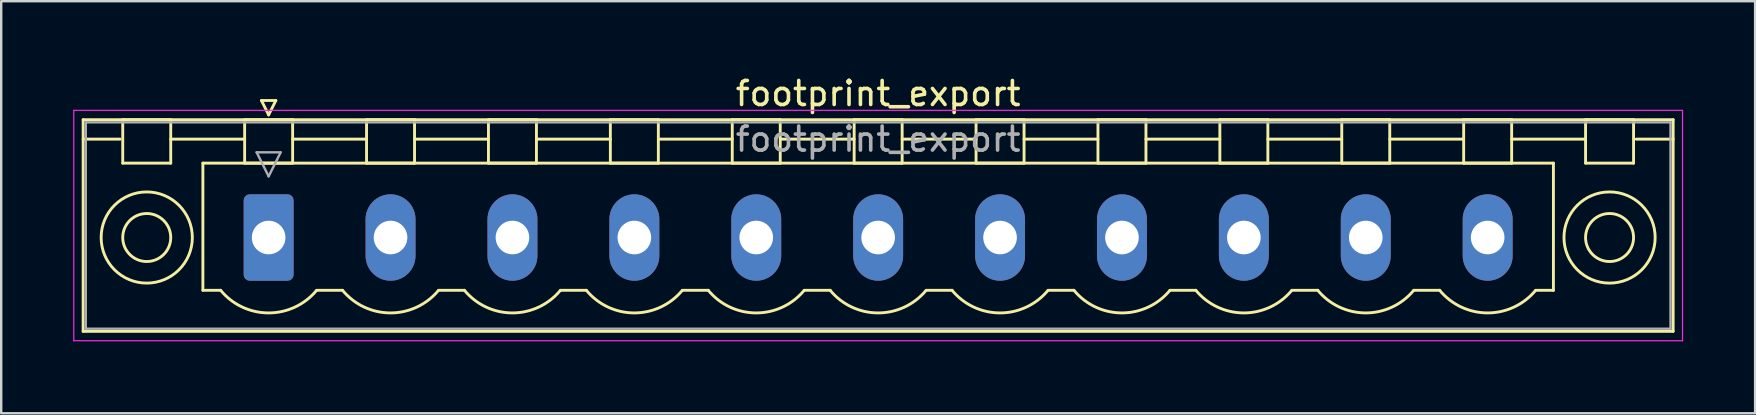
<source format=kicad_pcb>
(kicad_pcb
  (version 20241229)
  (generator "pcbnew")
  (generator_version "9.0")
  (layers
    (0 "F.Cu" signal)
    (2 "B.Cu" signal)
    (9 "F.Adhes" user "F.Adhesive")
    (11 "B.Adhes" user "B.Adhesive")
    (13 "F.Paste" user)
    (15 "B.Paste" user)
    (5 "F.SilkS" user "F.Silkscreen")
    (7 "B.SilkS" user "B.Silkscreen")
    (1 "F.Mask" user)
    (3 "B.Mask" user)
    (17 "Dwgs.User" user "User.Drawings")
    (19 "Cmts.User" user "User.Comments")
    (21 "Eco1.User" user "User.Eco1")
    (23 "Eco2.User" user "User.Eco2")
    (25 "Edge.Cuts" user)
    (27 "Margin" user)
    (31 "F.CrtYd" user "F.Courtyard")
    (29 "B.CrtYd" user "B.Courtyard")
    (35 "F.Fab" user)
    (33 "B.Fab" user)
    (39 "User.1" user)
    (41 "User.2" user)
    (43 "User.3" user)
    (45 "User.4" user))
  (footprint "footprint_export"
    (layer "F.Cu")
    (at 8.145 6.848)
    (property "Reference" "footprint_export" (at 25.4 -6 0) (layer "F.SilkS") (effects (font (size 1 1) (thickness 0.15))))
    (attr through_hole)
    (fp_line (start -7.73 -4.91) (end -7.73 3.91) (stroke (width 0.12) (type solid)) (layer "F.SilkS"))
    (fp_line (start -7.73 -4.1) (end -6.19 -4.1) (stroke (width 0.12) (type solid)) (layer "F.SilkS"))
    (fp_line (start -7.73 3.91) (end 58.53 3.91) (stroke (width 0.12) (type solid)) (layer "F.SilkS"))
    (fp_line (start -6.08 -4.91) (end -4.08 -4.91) (stroke (width 0.12) (type solid)) (layer "F.SilkS"))
    (fp_line (start -6.08 -3.1) (end -6.08 -4.91) (stroke (width 0.12) (type solid)) (layer "F.SilkS"))
    (fp_line (start -4.08 -4.91) (end -4.08 -3.1) (stroke (width 0.12) (type solid)) (layer "F.SilkS"))
    (fp_line (start -4.08 -4.1) (end -1 -4.1) (stroke (width 0.12) (type solid)) (layer "F.SilkS"))
    (fp_line (start -4.08 -3.1) (end -6.08 -3.1) (stroke (width 0.12) (type solid)) (layer "F.SilkS"))
    (fp_line (start -2.74 -3.1) (end 53.54 -3.1) (stroke (width 0.12) (type solid)) (layer "F.SilkS"))
    (fp_line (start -2.74 2.2) (end -2.74 -3.1) (stroke (width 0.12) (type solid)) (layer "F.SilkS"))
    (fp_line (start -2 2.2) (end -2.74 2.2) (stroke (width 0.12) (type solid)) (layer "F.SilkS"))
    (fp_line (start -1 -4.91) (end 1 -4.91) (stroke (width 0.12) (type solid)) (layer "F.SilkS"))
    (fp_line (start -1 -3.1) (end -1 -4.91) (stroke (width 0.12) (type solid)) (layer "F.SilkS"))
    (fp_line (start -0.3 -5.71) (end 0.3 -5.71) (stroke (width 0.12) (type solid)) (layer "F.SilkS"))
    (fp_line (start 0 -5.11) (end -0.3 -5.71) (stroke (width 0.12) (type solid)) (layer "F.SilkS"))
    (fp_line (start 0.3 -5.71) (end 0 -5.11) (stroke (width 0.12) (type solid)) (layer "F.SilkS"))
    (fp_line (start 1 -4.91) (end 1 -3.1) (stroke (width 0.12) (type solid)) (layer "F.SilkS"))
    (fp_line (start 1 -4.1) (end 4.08 -4.1) (stroke (width 0.12) (type solid)) (layer "F.SilkS"))
    (fp_line (start 1 -3.1) (end -1 -3.1) (stroke (width 0.12) (type solid)) (layer "F.SilkS"))
    (fp_line (start 2 2.2) (end 3.08 2.2) (stroke (width 0.12) (type solid)) (layer "F.SilkS"))
    (fp_line (start 4.08 -4.91) (end 6.08 -4.91) (stroke (width 0.12) (type solid)) (layer "F.SilkS"))
    (fp_line (start 4.08 -3.1) (end 4.08 -4.91) (stroke (width 0.12) (type solid)) (layer "F.SilkS"))
    (fp_line (start 6.08 -4.91) (end 6.08 -3.1) (stroke (width 0.12) (type solid)) (layer "F.SilkS"))
    (fp_line (start 6.08 -4.1) (end 9.16 -4.1) (stroke (width 0.12) (type solid)) (layer "F.SilkS"))
    (fp_line (start 6.08 -3.1) (end 4.08 -3.1) (stroke (width 0.12) (type solid)) (layer "F.SilkS"))
    (fp_line (start 7.08 2.2) (end 8.16 2.2) (stroke (width 0.12) (type solid)) (layer "F.SilkS"))
    (fp_line (start 9.16 -4.91) (end 11.16 -4.91) (stroke (width 0.12) (type solid)) (layer "F.SilkS"))
    (fp_line (start 9.16 -3.1) (end 9.16 -4.91) (stroke (width 0.12) (type solid)) (layer "F.SilkS"))
    (fp_line (start 11.16 -4.91) (end 11.16 -3.1) (stroke (width 0.12) (type solid)) (layer "F.SilkS"))
    (fp_line (start 11.16 -4.1) (end 14.24 -4.1) (stroke (width 0.12) (type solid)) (layer "F.SilkS"))
    (fp_line (start 11.16 -3.1) (end 9.16 -3.1) (stroke (width 0.12) (type solid)) (layer "F.SilkS"))
    (fp_line (start 12.16 2.2) (end 13.24 2.2) (stroke (width 0.12) (type solid)) (layer "F.SilkS"))
    (fp_line (start 14.24 -4.91) (end 16.24 -4.91) (stroke (width 0.12) (type solid)) (layer "F.SilkS"))
    (fp_line (start 14.24 -3.1) (end 14.24 -4.91) (stroke (width 0.12) (type solid)) (layer "F.SilkS"))
    (fp_line (start 16.24 -4.91) (end 16.24 -3.1) (stroke (width 0.12) (type solid)) (layer "F.SilkS"))
    (fp_line (start 16.24 -4.1) (end 19.32 -4.1) (stroke (width 0.12) (type solid)) (layer "F.SilkS"))
    (fp_line (start 16.24 -3.1) (end 14.24 -3.1) (stroke (width 0.12) (type solid)) (layer "F.SilkS"))
    (fp_line (start 17.24 2.2) (end 18.32 2.2) (stroke (width 0.12) (type solid)) (layer "F.SilkS"))
    (fp_line (start 19.32 -4.91) (end 21.32 -4.91) (stroke (width 0.12) (type solid)) (layer "F.SilkS"))
    (fp_line (start 19.32 -3.1) (end 19.32 -4.91) (stroke (width 0.12) (type solid)) (layer "F.SilkS"))
    (fp_line (start 21.32 -4.91) (end 21.32 -3.1) (stroke (width 0.12) (type solid)) (layer "F.SilkS"))
    (fp_line (start 21.32 -4.1) (end 24.4 -4.1) (stroke (width 0.12) (type solid)) (layer "F.SilkS"))
    (fp_line (start 21.32 -3.1) (end 19.32 -3.1) (stroke (width 0.12) (type solid)) (layer "F.SilkS"))
    (fp_line (start 22.32 2.2) (end 23.4 2.2) (stroke (width 0.12) (type solid)) (layer "F.SilkS"))
    (fp_line (start 24.4 -4.91) (end 26.4 -4.91) (stroke (width 0.12) (type solid)) (layer "F.SilkS"))
    (fp_line (start 24.4 -3.1) (end 24.4 -4.91) (stroke (width 0.12) (type solid)) (layer "F.SilkS"))
    (fp_line (start 26.4 -4.91) (end 26.4 -3.1) (stroke (width 0.12) (type solid)) (layer "F.SilkS"))
    (fp_line (start 26.4 -4.1) (end 29.48 -4.1) (stroke (width 0.12) (type solid)) (layer "F.SilkS"))
    (fp_line (start 26.4 -3.1) (end 24.4 -3.1) (stroke (width 0.12) (type solid)) (layer "F.SilkS"))
    (fp_line (start 27.4 2.2) (end 28.48 2.2) (stroke (width 0.12) (type solid)) (layer "F.SilkS"))
    (fp_line (start 29.48 -4.91) (end 31.48 -4.91) (stroke (width 0.12) (type solid)) (layer "F.SilkS"))
    (fp_line (start 29.48 -3.1) (end 29.48 -4.91) (stroke (width 0.12) (type solid)) (layer "F.SilkS"))
    (fp_line (start 31.48 -4.91) (end 31.48 -3.1) (stroke (width 0.12) (type solid)) (layer "F.SilkS"))
    (fp_line (start 31.48 -4.1) (end 34.56 -4.1) (stroke (width 0.12) (type solid)) (layer "F.SilkS"))
    (fp_line (start 31.48 -3.1) (end 29.48 -3.1) (stroke (width 0.12) (type solid)) (layer "F.SilkS"))
    (fp_line (start 32.48 2.2) (end 33.56 2.2) (stroke (width 0.12) (type solid)) (layer "F.SilkS"))
    (fp_line (start 34.56 -4.91) (end 36.56 -4.91) (stroke (width 0.12) (type solid)) (layer "F.SilkS"))
    (fp_line (start 34.56 -3.1) (end 34.56 -4.91) (stroke (width 0.12) (type solid)) (layer "F.SilkS"))
    (fp_line (start 36.56 -4.91) (end 36.56 -3.1) (stroke (width 0.12) (type solid)) (layer "F.SilkS"))
    (fp_line (start 36.56 -4.1) (end 39.64 -4.1) (stroke (width 0.12) (type solid)) (layer "F.SilkS"))
    (fp_line (start 36.56 -3.1) (end 34.56 -3.1) (stroke (width 0.12) (type solid)) (layer "F.SilkS"))
    (fp_line (start 37.56 2.2) (end 38.64 2.2) (stroke (width 0.12) (type solid)) (layer "F.SilkS"))
    (fp_line (start 39.64 -4.91) (end 41.64 -4.91) (stroke (width 0.12) (type solid)) (layer "F.SilkS"))
    (fp_line (start 39.64 -3.1) (end 39.64 -4.91) (stroke (width 0.12) (type solid)) (layer "F.SilkS"))
    (fp_line (start 41.64 -4.91) (end 41.64 -3.1) (stroke (width 0.12) (type solid)) (layer "F.SilkS"))
    (fp_line (start 41.64 -4.1) (end 44.72 -4.1) (stroke (width 0.12) (type solid)) (layer "F.SilkS"))
    (fp_line (start 41.64 -3.1) (end 39.64 -3.1) (stroke (width 0.12) (type solid)) (layer "F.SilkS"))
    (fp_line (start 42.64 2.2) (end 43.72 2.2) (stroke (width 0.12) (type solid)) (layer "F.SilkS"))
    (fp_line (start 44.72 -4.91) (end 46.72 -4.91) (stroke (width 0.12) (type solid)) (layer "F.SilkS"))
    (fp_line (start 44.72 -3.1) (end 44.72 -4.91) (stroke (width 0.12) (type solid)) (layer "F.SilkS"))
    (fp_line (start 46.72 -4.91) (end 46.72 -3.1) (stroke (width 0.12) (type solid)) (layer "F.SilkS"))
    (fp_line (start 46.72 -4.1) (end 49.8 -4.1) (stroke (width 0.12) (type solid)) (layer "F.SilkS"))
    (fp_line (start 46.72 -3.1) (end 44.72 -3.1) (stroke (width 0.12) (type solid)) (layer "F.SilkS"))
    (fp_line (start 47.72 2.2) (end 48.8 2.2) (stroke (width 0.12) (type solid)) (layer "F.SilkS"))
    (fp_line (start 49.8 -4.91) (end 51.8 -4.91) (stroke (width 0.12) (type solid)) (layer "F.SilkS"))
    (fp_line (start 49.8 -3.1) (end 49.8 -4.91) (stroke (width 0.12) (type solid)) (layer "F.SilkS"))
    (fp_line (start 51.8 -4.91) (end 51.8 -3.1) (stroke (width 0.12) (type solid)) (layer "F.SilkS"))
    (fp_line (start 51.8 -4.1) (end 54.88 -4.1) (stroke (width 0.12) (type solid)) (layer "F.SilkS"))
    (fp_line (start 51.8 -3.1) (end 49.8 -3.1) (stroke (width 0.12) (type solid)) (layer "F.SilkS"))
    (fp_line (start 53.54 -3.1) (end 53.54 2.2) (stroke (width 0.12) (type solid)) (layer "F.SilkS"))
    (fp_line (start 53.54 2.2) (end 52.8 2.2) (stroke (width 0.12) (type solid)) (layer "F.SilkS"))
    (fp_line (start 54.88 -4.91) (end 56.88 -4.91) (stroke (width 0.12) (type solid)) (layer "F.SilkS"))
    (fp_line (start 54.88 -3.1) (end 54.88 -4.91) (stroke (width 0.12) (type solid)) (layer "F.SilkS"))
    (fp_line (start 56.88 -4.91) (end 56.88 -3.1) (stroke (width 0.12) (type solid)) (layer "F.SilkS"))
    (fp_line (start 56.88 -3.1) (end 54.88 -3.1) (stroke (width 0.12) (type solid)) (layer "F.SilkS"))
    (fp_line (start 58.53 -4.91) (end -7.73 -4.91) (stroke (width 0.12) (type solid)) (layer "F.SilkS"))
    (fp_line (start 58.53 -4.1) (end 56.99 -4.1) (stroke (width 0.12) (type solid)) (layer "F.SilkS"))
    (fp_line (start 58.53 3.91) (end 58.53 -4.91) (stroke (width 0.12) (type solid)) (layer "F.SilkS"))
    (fp_arc (start 1.986842 2.215821) (mid -0.010289 3.142758) (end -2 2.2) (stroke (width 0.12) (type solid)) (layer "F.SilkS"))
    (fp_arc (start 7.066842 2.215821) (mid 5.069711 3.142758) (end 3.08 2.2) (stroke (width 0.12) (type solid)) (layer "F.SilkS"))
    (fp_arc (start 12.146842 2.215821) (mid 10.149711 3.142758) (end 8.16 2.2) (stroke (width 0.12) (type solid)) (layer "F.SilkS"))
    (fp_arc (start 17.226842 2.215821) (mid 15.229711 3.142758) (end 13.24 2.2) (stroke (width 0.12) (type solid)) (layer "F.SilkS"))
    (fp_arc (start 22.306842 2.215821) (mid 20.309711 3.142758) (end 18.32 2.2) (stroke (width 0.12) (type solid)) (layer "F.SilkS"))
    (fp_arc (start 27.386842 2.215821) (mid 25.389711 3.142758) (end 23.4 2.2) (stroke (width 0.12) (type solid)) (layer "F.SilkS"))
    (fp_arc (start 32.466842 2.215821) (mid 30.469711 3.142758) (end 28.48 2.2) (stroke (width 0.12) (type solid)) (layer "F.SilkS"))
    (fp_arc (start 37.546842 2.215821) (mid 35.549711 3.142758) (end 33.56 2.2) (stroke (width 0.12) (type solid)) (layer "F.SilkS"))
    (fp_arc (start 42.626842 2.215821) (mid 40.629711 3.142758) (end 38.64 2.2) (stroke (width 0.12) (type solid)) (layer "F.SilkS"))
    (fp_arc (start 47.706842 2.215821) (mid 45.709711 3.142758) (end 43.72 2.2) (stroke (width 0.12) (type solid)) (layer "F.SilkS"))
    (fp_arc (start 52.786842 2.215821) (mid 50.789711 3.142758) (end 48.8 2.2) (stroke (width 0.12) (type solid)) (layer "F.SilkS"))
    (fp_circle (center -5.08 0) (end -4.08 0) (stroke (width 0.12) (type solid)) (fill no) (layer "F.SilkS"))
    (fp_circle (center -5.08 0) (end -3.18 0) (stroke (width 0.12) (type solid)) (fill no) (layer "F.SilkS"))
    (fp_circle (center 55.88 0) (end 56.88 0) (stroke (width 0.12) (type solid)) (fill no) (layer "F.SilkS"))
    (fp_circle (center 55.88 0) (end 57.78 0) (stroke (width 0.12) (type solid)) (fill no) (layer "F.SilkS"))
    (fp_line (start -8.12 -5.3) (end -8.12 4.3) (stroke (width 0.05) (type solid)) (layer "F.CrtYd"))
    (fp_line (start -8.12 4.3) (end 58.92 4.3) (stroke (width 0.05) (type solid)) (layer "F.CrtYd"))
    (fp_line (start 58.92 -5.3) (end -8.12 -5.3) (stroke (width 0.05) (type solid)) (layer "F.CrtYd"))
    (fp_line (start 58.92 4.3) (end 58.92 -5.3) (stroke (width 0.05) (type solid)) (layer "F.CrtYd"))
    (fp_line (start -7.62 -4.8) (end -7.62 3.8) (stroke (width 0.1) (type solid)) (layer "F.Fab"))
    (fp_line (start -7.62 3.8) (end 58.42 3.8) (stroke (width 0.1) (type solid)) (layer "F.Fab"))
    (fp_line (start -0.5 -3.55) (end 0.5 -3.55) (stroke (width 0.1) (type solid)) (layer "F.Fab"))
    (fp_line (start 0 -2.55) (end -0.5 -3.55) (stroke (width 0.1) (type solid)) (layer "F.Fab"))
    (fp_line (start 0.5 -3.55) (end 0 -2.55) (stroke (width 0.1) (type solid)) (layer "F.Fab"))
    (fp_line (start 58.42 -4.8) (end -7.62 -4.8) (stroke (width 0.1) (type solid)) (layer "F.Fab"))
    (fp_line (start 58.42 3.8) (end 58.42 -4.8) (stroke (width 0.1) (type solid)) (layer "F.Fab"))
    (fp_text user "${REFERENCE}" (at 25.4 -4.1 0) (layer "F.Fab") (effects (font (size 1 1) (thickness 0.15))))
    (pad "1" thru_hole roundrect (at 0 0) (size 2.08 3.6) (drill 1.4) (layers "*.Cu" "*.Mask") (roundrect_rratio 0.12))
    (pad "2" thru_hole oval (at 5.08 0) (size 2.08 3.6) (drill 1.4) (layers "*.Cu" "*.Mask"))
    (pad "3" thru_hole oval (at 10.16 0) (size 2.08 3.6) (drill 1.4) (layers "*.Cu" "*.Mask"))
    (pad "4" thru_hole oval (at 15.24 0) (size 2.08 3.6) (drill 1.4) (layers "*.Cu" "*.Mask"))
    (pad "5" thru_hole oval (at 20.32 0) (size 2.08 3.6) (drill 1.4) (layers "*.Cu" "*.Mask"))
    (pad "6" thru_hole oval (at 25.4 0) (size 2.08 3.6) (drill 1.4) (layers "*.Cu" "*.Mask"))
    (pad "7" thru_hole oval (at 30.48 0) (size 2.08 3.6) (drill 1.4) (layers "*.Cu" "*.Mask"))
    (pad "8" thru_hole oval (at 35.56 0) (size 2.08 3.6) (drill 1.4) (layers "*.Cu" "*.Mask"))
    (pad "9" thru_hole oval (at 40.64 0) (size 2.08 3.6) (drill 1.4) (layers "*.Cu" "*.Mask"))
    (pad "10" thru_hole oval (at 45.72 0) (size 2.08 3.6) (drill 1.4) (layers "*.Cu" "*.Mask"))
    (pad "11" thru_hole oval (at 50.8 0) (size 2.08 3.6) (drill 1.4) (layers "*.Cu" "*.Mask")))
  (gr_rect
    (start -3 -3)
    (end 70.09 14.173)
    (stroke (width 0.1) (type default))
    (fill no)
    (layer "Edge.Cuts")))
</source>
